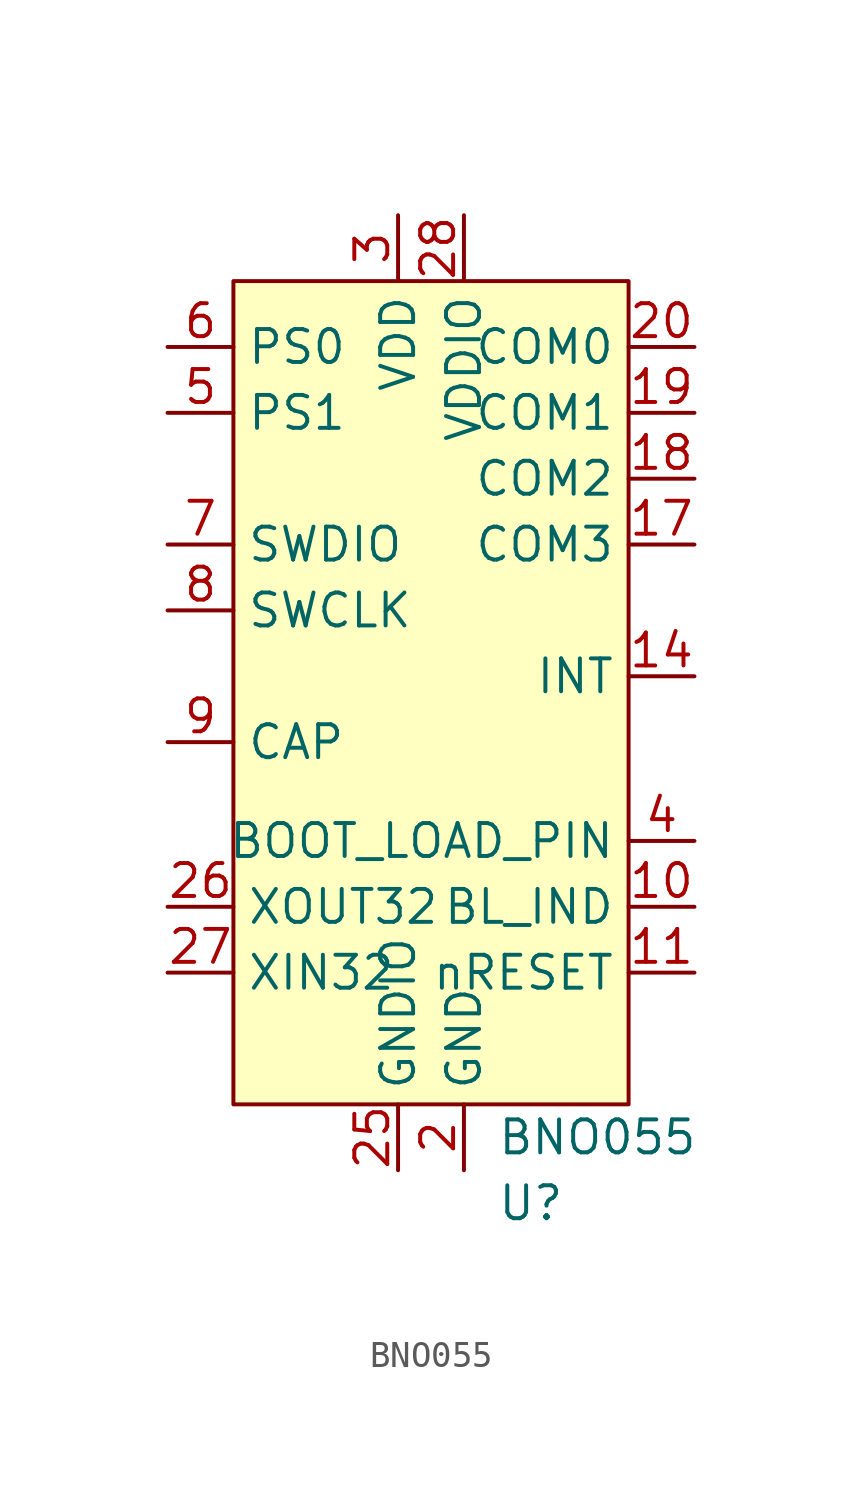
<source format=kicad_sym>
(kicad_symbol_lib
  (version 20220914)
  (generator kicad_symbol_editor)
  (symbol "BNO055"
    (property "Reference" "U"
      (at 2.54 -35.56 0)
      (effects (font (size 1.27 1.27)) (justify left)))
    (property "Value" "BNO055"
      (at 2.54 -33.02 0)
      (effects (font (size 1.27 1.27)) (justify left)))
    (property "populate" ""
      (at 0 0 0)
      (effects (font (size 1.27 1.27))))
    (symbol "BNO055_0_1"
      (rectangle (start -7.62 0) (end 7.62 -31.75) (stroke (width 0) (type default)) (fill (type background))))
    (symbol "BNO055_1_1"
      (pin no_connect line (at 10.16 -29.21 180) (length 2.54) hide (name "DNC" (effects (font (size 1.27 1.27)))) (number "1" (effects (font (size 1.27 1.27)))))
      (pin output line (at 10.16 -24.13 180) (length 2.54) (name "BL_IND" (effects (font (size 1.27 1.27)))) (number "10" (effects (font (size 1.27 1.27)))))
      (pin passive line (at 10.16 -26.67 180) (length 2.54) (name "nRESET" (effects (font (size 1.27 1.27)))) (number "11" (effects (font (size 1.27 1.27)))))
      (pin no_connect line (at 10.16 -29.21 180) (length 2.54) hide (name "PIN12" (effects (font (size 1.27 1.27)))) (number "12" (effects (font (size 1.27 1.27)))))
      (pin no_connect line (at 10.16 -29.21 180) (length 2.54) hide (name "PIN13" (effects (font (size 1.27 1.27)))) (number "13" (effects (font (size 1.27 1.27)))))
      (pin output line (at 10.16 -15.24 180) (length 2.54) (name "INT" (effects (font (size 1.27 1.27)))) (number "14" (effects (font (size 1.27 1.27)))))
      (pin no_connect line (at 10.16 -29.21 180) (length 2.54) hide (name "PIN15" (effects (font (size 1.27 1.27)))) (number "15" (effects (font (size 1.27 1.27)))))
      (pin no_connect line (at 10.16 -29.21 180) (length 2.54) hide (name "PIN16" (effects (font (size 1.27 1.27)))) (number "16" (effects (font (size 1.27 1.27)))))
      (pin input line (at 10.16 -10.16 180) (length 2.54) (name "COM3" (effects (font (size 1.27 1.27)))) (number "17" (effects (font (size 1.27 1.27)))))
      (pin bidirectional line (at 10.16 -7.62 180) (length 2.54) (name "COM2" (effects (font (size 1.27 1.27)))) (number "18" (effects (font (size 1.27 1.27)))))
      (pin bidirectional line (at 10.16 -5.08 180) (length 2.54) (name "COM1" (effects (font (size 1.27 1.27)))) (number "19" (effects (font (size 1.27 1.27)))))
      (pin passive line (at 1.27 -34.29 90) (length 2.54) (name "GND" (effects (font (size 1.27 1.27)))) (number "2" (effects (font (size 1.27 1.27)))))
      (pin bidirectional line (at 10.16 -2.54 180) (length 2.54) (name "COM0" (effects (font (size 1.27 1.27)))) (number "20" (effects (font (size 1.27 1.27)))))
      (pin no_connect line (at 10.16 -29.21 180) (length 2.54) hide (name "PIN21" (effects (font (size 1.27 1.27)))) (number "21" (effects (font (size 1.27 1.27)))))
      (pin no_connect line (at 10.16 -29.21 180) (length 2.54) hide (name "PIN22" (effects (font (size 1.27 1.27)))) (number "22" (effects (font (size 1.27 1.27)))))
      (pin no_connect line (at 10.16 -29.21 180) (length 2.54) hide (name "PIN23" (effects (font (size 1.27 1.27)))) (number "23" (effects (font (size 1.27 1.27)))))
      (pin no_connect line (at 10.16 -29.21 180) (length 2.54) hide (name "PIN24" (effects (font (size 1.27 1.27)))) (number "24" (effects (font (size 1.27 1.27)))))
      (pin passive line (at -1.27 -34.29 90) (length 2.54) (name "GNDIO" (effects (font (size 1.27 1.27)))) (number "25" (effects (font (size 1.27 1.27)))))
      (pin input line (at -10.16 -24.13 0) (length 2.54) (name "XOUT32" (effects (font (size 1.27 1.27)))) (number "26" (effects (font (size 1.27 1.27)))))
      (pin input line (at -10.16 -26.67 0) (length 2.54) (name "XIN32" (effects (font (size 1.27 1.27)))) (number "27" (effects (font (size 1.27 1.27)))))
      (pin power_in line (at 1.27 2.54 270) (length 2.54) (name "VDDIO" (effects (font (size 1.27 1.27)))) (number "28" (effects (font (size 1.27 1.27)))))
      (pin power_in line (at -1.27 2.54 270) (length 2.54) (name "VDD" (effects (font (size 1.27 1.27)))) (number "3" (effects (font (size 1.27 1.27)))))
      (pin input line (at 10.16 -21.59 180) (length 2.54) (name "BOOT_LOAD_PIN" (effects (font (size 1.27 1.27)))) (number "4" (effects (font (size 1.27 1.27)))))
      (pin input line (at -10.16 -5.08 0) (length 2.54) (name "PS1" (effects (font (size 1.27 1.27)))) (number "5" (effects (font (size 1.27 1.27)))))
      (pin input line (at -10.16 -2.54 0) (length 2.54) (name "PS0" (effects (font (size 1.27 1.27)))) (number "6" (effects (font (size 1.27 1.27)))))
      (pin bidirectional line (at -10.16 -10.16 0) (length 2.54) (name "SWDIO" (effects (font (size 1.27 1.27)))) (number "7" (effects (font (size 1.27 1.27)))))
      (pin input line (at -10.16 -12.7 0) (length 2.54) (name "SWCLK" (effects (font (size 1.27 1.27)))) (number "8" (effects (font (size 1.27 1.27)))))
      (pin passive line (at -10.16 -17.78 0) (length 2.54) (name "CAP" (effects (font (size 1.27 1.27)))) (number "9" (effects (font (size 1.27 1.27))))))))
</source>
